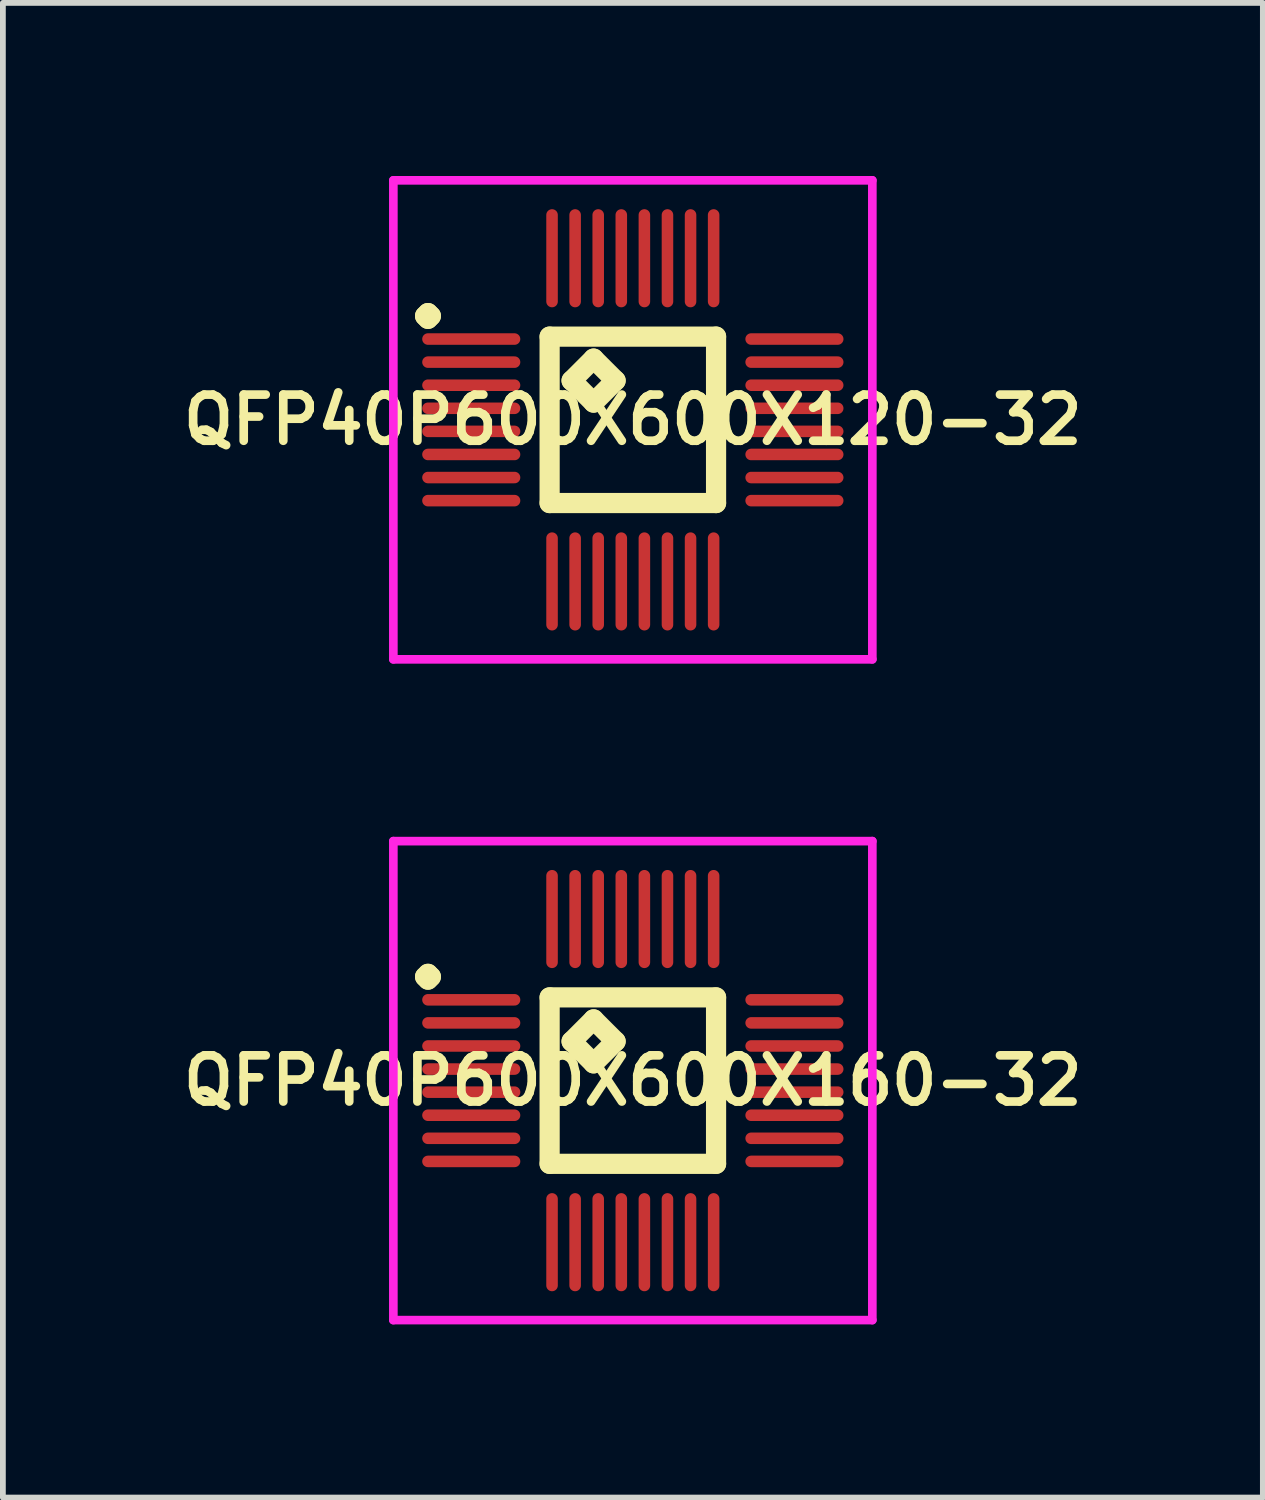
<source format=kicad_pcb>
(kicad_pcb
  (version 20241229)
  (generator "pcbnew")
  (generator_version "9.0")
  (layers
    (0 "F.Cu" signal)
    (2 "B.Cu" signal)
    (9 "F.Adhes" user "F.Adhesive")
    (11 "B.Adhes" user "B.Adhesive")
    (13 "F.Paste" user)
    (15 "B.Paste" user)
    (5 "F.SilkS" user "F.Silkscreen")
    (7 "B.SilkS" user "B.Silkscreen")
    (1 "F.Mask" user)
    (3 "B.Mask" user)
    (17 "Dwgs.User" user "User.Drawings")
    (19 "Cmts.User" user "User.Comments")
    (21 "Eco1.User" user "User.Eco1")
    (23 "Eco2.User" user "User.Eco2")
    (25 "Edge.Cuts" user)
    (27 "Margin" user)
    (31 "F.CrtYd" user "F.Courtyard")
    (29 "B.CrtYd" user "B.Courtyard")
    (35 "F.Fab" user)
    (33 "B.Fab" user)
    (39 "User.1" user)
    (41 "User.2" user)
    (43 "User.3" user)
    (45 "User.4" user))
  (footprint "QFP40P600X600X160-32"
    (layer "F.Cu")
    (at 7.916 15.675)
    (property "Reference" "QFP40P600X600X160-32" (at 0 0 0) (layer "F.SilkS") (effects (font (size 0.8 0.8) (thickness 0.15))))
    (attr smd)
    (fp_line (start -3.6 -1.8) (end -3.55 -1.85) (stroke (width 0.35) (type solid)) (layer "F.SilkS"))
    (fp_line (start -3.55 -1.85) (end -3.5 -1.8) (stroke (width 0.35) (type solid)) (layer "F.SilkS"))
    (fp_line (start -3.55 -1.75) (end -3.6 -1.8) (stroke (width 0.35) (type solid)) (layer "F.SilkS"))
    (fp_line (start -3.5 -1.8) (end -3.55 -1.75) (stroke (width 0.35) (type solid)) (layer "F.SilkS"))
    (fp_line (start -1.442 -1.442) (end -1.442 1.442) (stroke (width 0.35) (type solid)) (layer "F.SilkS"))
    (fp_line (start -1.442 1.442) (end 1.442 1.442) (stroke (width 0.35) (type solid)) (layer "F.SilkS"))
    (fp_line (start -1.061 -0.68) (end -0.68 -1.061) (stroke (width 0.35) (type solid)) (layer "F.SilkS"))
    (fp_line (start -0.68 -1.061) (end -0.299 -0.68) (stroke (width 0.35) (type solid)) (layer "F.SilkS"))
    (fp_line (start -0.68 -0.299) (end -1.061 -0.68) (stroke (width 0.35) (type solid)) (layer "F.SilkS"))
    (fp_line (start -0.299 -0.68) (end -0.68 -0.299) (stroke (width 0.35) (type solid)) (layer "F.SilkS"))
    (fp_line (start 1.442 -1.442) (end -1.442 -1.442) (stroke (width 0.35) (type solid)) (layer "F.SilkS"))
    (fp_line (start 1.442 1.442) (end 1.442 -1.442) (stroke (width 0.35) (type solid)) (layer "F.SilkS"))
    (fp_line (start -4.15 -4.15) (end 4.15 -4.15) (stroke (width 0.15) (type solid)) (layer "F.CrtYd"))
    (fp_line (start -4.15 4.15) (end -4.15 -4.15) (stroke (width 0.15) (type solid)) (layer "F.CrtYd"))
    (fp_line (start 4.15 -4.15) (end 4.15 4.15) (stroke (width 0.15) (type solid)) (layer "F.CrtYd"))
    (fp_line (start 4.15 4.15) (end -4.15 4.15) (stroke (width 0.15) (type solid)) (layer "F.CrtYd"))
    (pad "1" smd oval (at -2.8 -1.4) (size 1.7 0.2) (layers "F.Cu" "F.Mask" "F.Paste"))
    (pad "2" smd oval (at -2.8 -1) (size 1.7 0.2) (layers "F.Cu" "F.Mask" "F.Paste"))
    (pad "3" smd oval (at -2.8 -0.6) (size 1.7 0.2) (layers "F.Cu" "F.Mask" "F.Paste"))
    (pad "4" smd oval (at -2.8 -0.2) (size 1.7 0.2) (layers "F.Cu" "F.Mask" "F.Paste"))
    (pad "5" smd oval (at -2.8 0.2) (size 1.7 0.2) (layers "F.Cu" "F.Mask" "F.Paste"))
    (pad "6" smd oval (at -2.8 0.6) (size 1.7 0.2) (layers "F.Cu" "F.Mask" "F.Paste"))
    (pad "7" smd oval (at -2.8 1) (size 1.7 0.2) (layers "F.Cu" "F.Mask" "F.Paste"))
    (pad "8" smd oval (at -2.8 1.4) (size 1.7 0.2) (layers "F.Cu" "F.Mask" "F.Paste"))
    (pad "9" smd oval (at -1.4 2.8) (size 0.2 1.7) (layers "F.Cu" "F.Mask" "F.Paste"))
    (pad "10" smd oval (at -1 2.8) (size 0.2 1.7) (layers "F.Cu" "F.Mask" "F.Paste"))
    (pad "11" smd oval (at -0.6 2.8) (size 0.2 1.7) (layers "F.Cu" "F.Mask" "F.Paste"))
    (pad "12" smd oval (at -0.2 2.8) (size 0.2 1.7) (layers "F.Cu" "F.Mask" "F.Paste"))
    (pad "13" smd oval (at 0.2 2.8) (size 0.2 1.7) (layers "F.Cu" "F.Mask" "F.Paste"))
    (pad "14" smd oval (at 0.6 2.8) (size 0.2 1.7) (layers "F.Cu" "F.Mask" "F.Paste"))
    (pad "15" smd oval (at 1 2.8) (size 0.2 1.7) (layers "F.Cu" "F.Mask" "F.Paste"))
    (pad "16" smd oval (at 1.4 2.8) (size 0.2 1.7) (layers "F.Cu" "F.Mask" "F.Paste"))
    (pad "17" smd oval (at 2.8 1.4) (size 1.7 0.2) (layers "F.Cu" "F.Mask" "F.Paste"))
    (pad "18" smd oval (at 2.8 1) (size 1.7 0.2) (layers "F.Cu" "F.Mask" "F.Paste"))
    (pad "19" smd oval (at 2.8 0.6) (size 1.7 0.2) (layers "F.Cu" "F.Mask" "F.Paste"))
    (pad "20" smd oval (at 2.8 0.2) (size 1.7 0.2) (layers "F.Cu" "F.Mask" "F.Paste"))
    (pad "21" smd oval (at 2.8 -0.2) (size 1.7 0.2) (layers "F.Cu" "F.Mask" "F.Paste"))
    (pad "22" smd oval (at 2.8 -0.6) (size 1.7 0.2) (layers "F.Cu" "F.Mask" "F.Paste"))
    (pad "23" smd oval (at 2.8 -1) (size 1.7 0.2) (layers "F.Cu" "F.Mask" "F.Paste"))
    (pad "24" smd oval (at 2.8 -1.4) (size 1.7 0.2) (layers "F.Cu" "F.Mask" "F.Paste"))
    (pad "25" smd oval (at 1.4 -2.8) (size 0.2 1.7) (layers "F.Cu" "F.Mask" "F.Paste"))
    (pad "26" smd oval (at 1 -2.8) (size 0.2 1.7) (layers "F.Cu" "F.Mask" "F.Paste"))
    (pad "27" smd oval (at 0.6 -2.8) (size 0.2 1.7) (layers "F.Cu" "F.Mask" "F.Paste"))
    (pad "28" smd oval (at 0.2 -2.8) (size 0.2 1.7) (layers "F.Cu" "F.Mask" "F.Paste"))
    (pad "29" smd oval (at -0.2 -2.8) (size 0.2 1.7) (layers "F.Cu" "F.Mask" "F.Paste"))
    (pad "30" smd oval (at -0.6 -2.8) (size 0.2 1.7) (layers "F.Cu" "F.Mask" "F.Paste"))
    (pad "31" smd oval (at -1 -2.8) (size 0.2 1.7) (layers "F.Cu" "F.Mask" "F.Paste"))
    (pad "32" smd oval (at -1.4 -2.8) (size 0.2 1.7) (layers "F.Cu" "F.Mask" "F.Paste")))
  (footprint "QFP40P600X600X120-32"
    (layer "F.Cu")
    (at 7.916 4.225)
    (property "Reference" "QFP40P600X600X120-32" (at 0 0 0) (layer "F.SilkS") (effects (font (size 0.8 0.8) (thickness 0.15))))
    (attr smd)
    (fp_line (start -3.6 -1.8) (end -3.55 -1.85) (stroke (width 0.35) (type solid)) (layer "F.SilkS"))
    (fp_line (start -3.55 -1.85) (end -3.5 -1.8) (stroke (width 0.35) (type solid)) (layer "F.SilkS"))
    (fp_line (start -3.55 -1.75) (end -3.6 -1.8) (stroke (width 0.35) (type solid)) (layer "F.SilkS"))
    (fp_line (start -3.5 -1.8) (end -3.55 -1.75) (stroke (width 0.35) (type solid)) (layer "F.SilkS"))
    (fp_line (start -1.442 -1.442) (end -1.442 1.442) (stroke (width 0.35) (type solid)) (layer "F.SilkS"))
    (fp_line (start -1.442 1.442) (end 1.442 1.442) (stroke (width 0.35) (type solid)) (layer "F.SilkS"))
    (fp_line (start -1.061 -0.68) (end -0.68 -1.061) (stroke (width 0.35) (type solid)) (layer "F.SilkS"))
    (fp_line (start -0.68 -1.061) (end -0.299 -0.68) (stroke (width 0.35) (type solid)) (layer "F.SilkS"))
    (fp_line (start -0.68 -0.299) (end -1.061 -0.68) (stroke (width 0.35) (type solid)) (layer "F.SilkS"))
    (fp_line (start -0.299 -0.68) (end -0.68 -0.299) (stroke (width 0.35) (type solid)) (layer "F.SilkS"))
    (fp_line (start 1.442 -1.442) (end -1.442 -1.442) (stroke (width 0.35) (type solid)) (layer "F.SilkS"))
    (fp_line (start 1.442 1.442) (end 1.442 -1.442) (stroke (width 0.35) (type solid)) (layer "F.SilkS"))
    (fp_line (start -4.15 -4.15) (end 4.15 -4.15) (stroke (width 0.15) (type solid)) (layer "F.CrtYd"))
    (fp_line (start -4.15 4.15) (end -4.15 -4.15) (stroke (width 0.15) (type solid)) (layer "F.CrtYd"))
    (fp_line (start 4.15 -4.15) (end 4.15 4.15) (stroke (width 0.15) (type solid)) (layer "F.CrtYd"))
    (fp_line (start 4.15 4.15) (end -4.15 4.15) (stroke (width 0.15) (type solid)) (layer "F.CrtYd"))
    (pad "1" smd oval (at -2.8 -1.4) (size 1.7 0.2) (layers "F.Cu" "F.Mask" "F.Paste"))
    (pad "2" smd oval (at -2.8 -1) (size 1.7 0.2) (layers "F.Cu" "F.Mask" "F.Paste"))
    (pad "3" smd oval (at -2.8 -0.6) (size 1.7 0.2) (layers "F.Cu" "F.Mask" "F.Paste"))
    (pad "4" smd oval (at -2.8 -0.2) (size 1.7 0.2) (layers "F.Cu" "F.Mask" "F.Paste"))
    (pad "5" smd oval (at -2.8 0.2) (size 1.7 0.2) (layers "F.Cu" "F.Mask" "F.Paste"))
    (pad "6" smd oval (at -2.8 0.6) (size 1.7 0.2) (layers "F.Cu" "F.Mask" "F.Paste"))
    (pad "7" smd oval (at -2.8 1) (size 1.7 0.2) (layers "F.Cu" "F.Mask" "F.Paste"))
    (pad "8" smd oval (at -2.8 1.4) (size 1.7 0.2) (layers "F.Cu" "F.Mask" "F.Paste"))
    (pad "9" smd oval (at -1.4 2.8) (size 0.2 1.7) (layers "F.Cu" "F.Mask" "F.Paste"))
    (pad "10" smd oval (at -1 2.8) (size 0.2 1.7) (layers "F.Cu" "F.Mask" "F.Paste"))
    (pad "11" smd oval (at -0.6 2.8) (size 0.2 1.7) (layers "F.Cu" "F.Mask" "F.Paste"))
    (pad "12" smd oval (at -0.2 2.8) (size 0.2 1.7) (layers "F.Cu" "F.Mask" "F.Paste"))
    (pad "13" smd oval (at 0.2 2.8) (size 0.2 1.7) (layers "F.Cu" "F.Mask" "F.Paste"))
    (pad "14" smd oval (at 0.6 2.8) (size 0.2 1.7) (layers "F.Cu" "F.Mask" "F.Paste"))
    (pad "15" smd oval (at 1 2.8) (size 0.2 1.7) (layers "F.Cu" "F.Mask" "F.Paste"))
    (pad "16" smd oval (at 1.4 2.8) (size 0.2 1.7) (layers "F.Cu" "F.Mask" "F.Paste"))
    (pad "17" smd oval (at 2.8 1.4) (size 1.7 0.2) (layers "F.Cu" "F.Mask" "F.Paste"))
    (pad "18" smd oval (at 2.8 1) (size 1.7 0.2) (layers "F.Cu" "F.Mask" "F.Paste"))
    (pad "19" smd oval (at 2.8 0.6) (size 1.7 0.2) (layers "F.Cu" "F.Mask" "F.Paste"))
    (pad "20" smd oval (at 2.8 0.2) (size 1.7 0.2) (layers "F.Cu" "F.Mask" "F.Paste"))
    (pad "21" smd oval (at 2.8 -0.2) (size 1.7 0.2) (layers "F.Cu" "F.Mask" "F.Paste"))
    (pad "22" smd oval (at 2.8 -0.6) (size 1.7 0.2) (layers "F.Cu" "F.Mask" "F.Paste"))
    (pad "23" smd oval (at 2.8 -1) (size 1.7 0.2) (layers "F.Cu" "F.Mask" "F.Paste"))
    (pad "24" smd oval (at 2.8 -1.4) (size 1.7 0.2) (layers "F.Cu" "F.Mask" "F.Paste"))
    (pad "25" smd oval (at 1.4 -2.8) (size 0.2 1.7) (layers "F.Cu" "F.Mask" "F.Paste"))
    (pad "26" smd oval (at 1 -2.8) (size 0.2 1.7) (layers "F.Cu" "F.Mask" "F.Paste"))
    (pad "27" smd oval (at 0.6 -2.8) (size 0.2 1.7) (layers "F.Cu" "F.Mask" "F.Paste"))
    (pad "28" smd oval (at 0.2 -2.8) (size 0.2 1.7) (layers "F.Cu" "F.Mask" "F.Paste"))
    (pad "29" smd oval (at -0.2 -2.8) (size 0.2 1.7) (layers "F.Cu" "F.Mask" "F.Paste"))
    (pad "30" smd oval (at -0.6 -2.8) (size 0.2 1.7) (layers "F.Cu" "F.Mask" "F.Paste"))
    (pad "31" smd oval (at -1 -2.8) (size 0.2 1.7) (layers "F.Cu" "F.Mask" "F.Paste"))
    (pad "32" smd oval (at -1.4 -2.8) (size 0.2 1.7) (layers "F.Cu" "F.Mask" "F.Paste")))
  (gr_rect
    (start -3 -3)
    (end 18.833 22.9)
    (stroke (width 0.1) (type default))
    (fill no)
    (layer "Edge.Cuts")))
</source>
